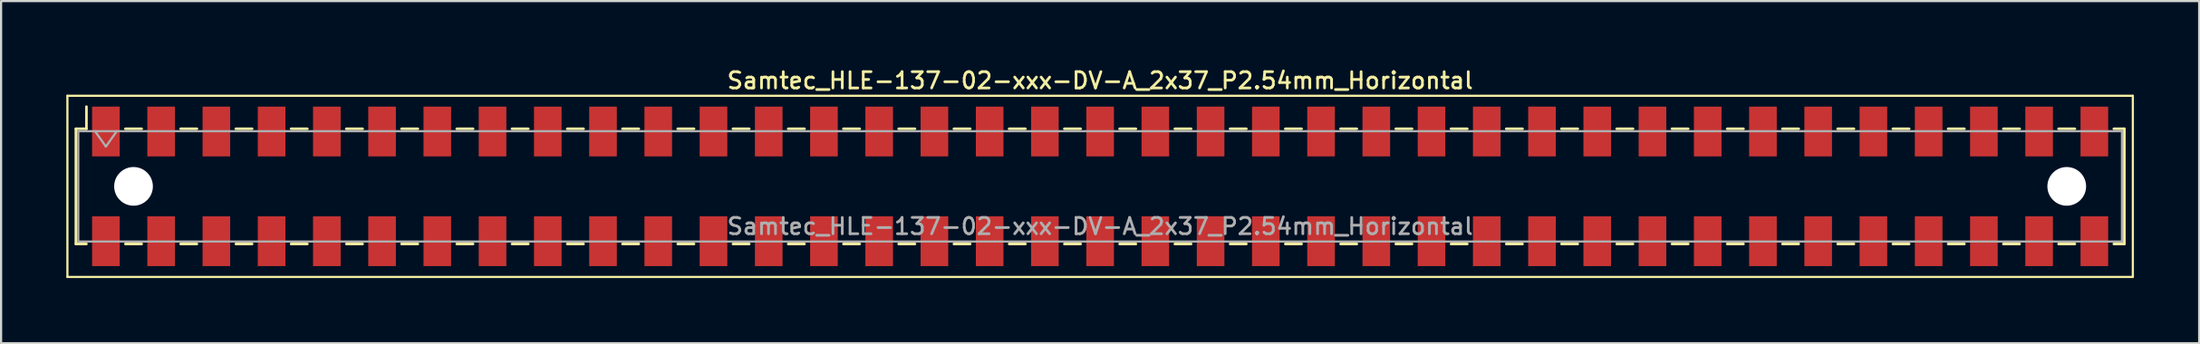
<source format=kicad_pcb>
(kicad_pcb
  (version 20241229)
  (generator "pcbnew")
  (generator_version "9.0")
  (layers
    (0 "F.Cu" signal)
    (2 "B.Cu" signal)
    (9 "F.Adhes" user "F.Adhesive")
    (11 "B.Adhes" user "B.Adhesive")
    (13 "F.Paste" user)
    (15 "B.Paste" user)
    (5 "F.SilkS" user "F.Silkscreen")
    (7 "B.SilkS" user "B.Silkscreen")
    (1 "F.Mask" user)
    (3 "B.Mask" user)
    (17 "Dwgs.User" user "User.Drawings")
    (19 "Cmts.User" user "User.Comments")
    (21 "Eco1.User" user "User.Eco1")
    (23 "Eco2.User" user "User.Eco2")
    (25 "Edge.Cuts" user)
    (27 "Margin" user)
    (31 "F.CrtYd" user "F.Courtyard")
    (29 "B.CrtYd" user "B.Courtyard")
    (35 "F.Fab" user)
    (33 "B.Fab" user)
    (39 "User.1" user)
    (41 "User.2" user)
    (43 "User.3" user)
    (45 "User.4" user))
  (footprint "Samtec_HLE-137-02-xxx-DV-A_2x37_P2.54mm_Horizontal"
    (layer "F.Cu")
    (at 47.54 5.528)
    (property "Reference" "Samtec_HLE-137-02-xxx-DV-A_2x37_P2.54mm_Horizontal" (at 0 -4.87 0) (layer "F.SilkS") (effects (font (size 0.75 0.75) (thickness 0.125))))
    (attr smd)
    (fp_line (start -47.49 -4.17) (end 47.49 -4.17) (stroke (width 0.1) (type solid)) (layer "F.SilkS"))
    (fp_line (start -47.49 4.17) (end -47.49 -4.17) (stroke (width 0.1) (type solid)) (layer "F.SilkS"))
    (fp_line (start -47.1 -2.65) (end -47.1 2.65) (stroke (width 0.12) (type solid)) (layer "F.SilkS"))
    (fp_line (start -47.1 2.65) (end -46.615 2.65) (stroke (width 0.12) (type solid)) (layer "F.SilkS"))
    (fp_line (start -46.615 -3.67) (end -46.615 -2.65) (stroke (width 0.12) (type solid)) (layer "F.SilkS"))
    (fp_line (start -46.615 -2.65) (end -47.1 -2.65) (stroke (width 0.12) (type solid)) (layer "F.SilkS"))
    (fp_line (start -44.825 -2.65) (end -44.075 -2.65) (stroke (width 0.12) (type solid)) (layer "F.SilkS"))
    (fp_line (start -44.825 2.65) (end -44.075 2.65) (stroke (width 0.12) (type solid)) (layer "F.SilkS"))
    (fp_line (start -42.285 -2.65) (end -41.535 -2.65) (stroke (width 0.12) (type solid)) (layer "F.SilkS"))
    (fp_line (start -42.285 2.65) (end -41.535 2.65) (stroke (width 0.12) (type solid)) (layer "F.SilkS"))
    (fp_line (start -39.745 -2.65) (end -38.995 -2.65) (stroke (width 0.12) (type solid)) (layer "F.SilkS"))
    (fp_line (start -39.745 2.65) (end -38.995 2.65) (stroke (width 0.12) (type solid)) (layer "F.SilkS"))
    (fp_line (start -37.205 -2.65) (end -36.455 -2.65) (stroke (width 0.12) (type solid)) (layer "F.SilkS"))
    (fp_line (start -37.205 2.65) (end -36.455 2.65) (stroke (width 0.12) (type solid)) (layer "F.SilkS"))
    (fp_line (start -34.665 -2.65) (end -33.915 -2.65) (stroke (width 0.12) (type solid)) (layer "F.SilkS"))
    (fp_line (start -34.665 2.65) (end -33.915 2.65) (stroke (width 0.12) (type solid)) (layer "F.SilkS"))
    (fp_line (start -32.125 -2.65) (end -31.375 -2.65) (stroke (width 0.12) (type solid)) (layer "F.SilkS"))
    (fp_line (start -32.125 2.65) (end -31.375 2.65) (stroke (width 0.12) (type solid)) (layer "F.SilkS"))
    (fp_line (start -29.585 -2.65) (end -28.835 -2.65) (stroke (width 0.12) (type solid)) (layer "F.SilkS"))
    (fp_line (start -29.585 2.65) (end -28.835 2.65) (stroke (width 0.12) (type solid)) (layer "F.SilkS"))
    (fp_line (start -27.045 -2.65) (end -26.295 -2.65) (stroke (width 0.12) (type solid)) (layer "F.SilkS"))
    (fp_line (start -27.045 2.65) (end -26.295 2.65) (stroke (width 0.12) (type solid)) (layer "F.SilkS"))
    (fp_line (start -24.505 -2.65) (end -23.755 -2.65) (stroke (width 0.12) (type solid)) (layer "F.SilkS"))
    (fp_line (start -24.505 2.65) (end -23.755 2.65) (stroke (width 0.12) (type solid)) (layer "F.SilkS"))
    (fp_line (start -21.965 -2.65) (end -21.215 -2.65) (stroke (width 0.12) (type solid)) (layer "F.SilkS"))
    (fp_line (start -21.965 2.65) (end -21.215 2.65) (stroke (width 0.12) (type solid)) (layer "F.SilkS"))
    (fp_line (start -19.425 -2.65) (end -18.675 -2.65) (stroke (width 0.12) (type solid)) (layer "F.SilkS"))
    (fp_line (start -19.425 2.65) (end -18.675 2.65) (stroke (width 0.12) (type solid)) (layer "F.SilkS"))
    (fp_line (start -16.885 -2.65) (end -16.135 -2.65) (stroke (width 0.12) (type solid)) (layer "F.SilkS"))
    (fp_line (start -16.885 2.65) (end -16.135 2.65) (stroke (width 0.12) (type solid)) (layer "F.SilkS"))
    (fp_line (start -14.345 -2.65) (end -13.595 -2.65) (stroke (width 0.12) (type solid)) (layer "F.SilkS"))
    (fp_line (start -14.345 2.65) (end -13.595 2.65) (stroke (width 0.12) (type solid)) (layer "F.SilkS"))
    (fp_line (start -11.805 -2.65) (end -11.055 -2.65) (stroke (width 0.12) (type solid)) (layer "F.SilkS"))
    (fp_line (start -11.805 2.65) (end -11.055 2.65) (stroke (width 0.12) (type solid)) (layer "F.SilkS"))
    (fp_line (start -9.265 -2.65) (end -8.515 -2.65) (stroke (width 0.12) (type solid)) (layer "F.SilkS"))
    (fp_line (start -9.265 2.65) (end -8.515 2.65) (stroke (width 0.12) (type solid)) (layer "F.SilkS"))
    (fp_line (start -6.725 -2.65) (end -5.975 -2.65) (stroke (width 0.12) (type solid)) (layer "F.SilkS"))
    (fp_line (start -6.725 2.65) (end -5.975 2.65) (stroke (width 0.12) (type solid)) (layer "F.SilkS"))
    (fp_line (start -4.185 -2.65) (end -3.435 -2.65) (stroke (width 0.12) (type solid)) (layer "F.SilkS"))
    (fp_line (start -4.185 2.65) (end -3.435 2.65) (stroke (width 0.12) (type solid)) (layer "F.SilkS"))
    (fp_line (start -1.645 -2.65) (end -0.895 -2.65) (stroke (width 0.12) (type solid)) (layer "F.SilkS"))
    (fp_line (start -1.645 2.65) (end -0.895 2.65) (stroke (width 0.12) (type solid)) (layer "F.SilkS"))
    (fp_line (start 0.895 -2.65) (end 1.645 -2.65) (stroke (width 0.12) (type solid)) (layer "F.SilkS"))
    (fp_line (start 0.895 2.65) (end 1.645 2.65) (stroke (width 0.12) (type solid)) (layer "F.SilkS"))
    (fp_line (start 3.435 -2.65) (end 4.185 -2.65) (stroke (width 0.12) (type solid)) (layer "F.SilkS"))
    (fp_line (start 3.435 2.65) (end 4.185 2.65) (stroke (width 0.12) (type solid)) (layer "F.SilkS"))
    (fp_line (start 5.975 -2.65) (end 6.725 -2.65) (stroke (width 0.12) (type solid)) (layer "F.SilkS"))
    (fp_line (start 5.975 2.65) (end 6.725 2.65) (stroke (width 0.12) (type solid)) (layer "F.SilkS"))
    (fp_line (start 8.515 -2.65) (end 9.265 -2.65) (stroke (width 0.12) (type solid)) (layer "F.SilkS"))
    (fp_line (start 8.515 2.65) (end 9.265 2.65) (stroke (width 0.12) (type solid)) (layer "F.SilkS"))
    (fp_line (start 11.055 -2.65) (end 11.805 -2.65) (stroke (width 0.12) (type solid)) (layer "F.SilkS"))
    (fp_line (start 11.055 2.65) (end 11.805 2.65) (stroke (width 0.12) (type solid)) (layer "F.SilkS"))
    (fp_line (start 13.595 -2.65) (end 14.345 -2.65) (stroke (width 0.12) (type solid)) (layer "F.SilkS"))
    (fp_line (start 13.595 2.65) (end 14.345 2.65) (stroke (width 0.12) (type solid)) (layer "F.SilkS"))
    (fp_line (start 16.135 -2.65) (end 16.885 -2.65) (stroke (width 0.12) (type solid)) (layer "F.SilkS"))
    (fp_line (start 16.135 2.65) (end 16.885 2.65) (stroke (width 0.12) (type solid)) (layer "F.SilkS"))
    (fp_line (start 18.675 -2.65) (end 19.425 -2.65) (stroke (width 0.12) (type solid)) (layer "F.SilkS"))
    (fp_line (start 18.675 2.65) (end 19.425 2.65) (stroke (width 0.12) (type solid)) (layer "F.SilkS"))
    (fp_line (start 21.215 -2.65) (end 21.965 -2.65) (stroke (width 0.12) (type solid)) (layer "F.SilkS"))
    (fp_line (start 21.215 2.65) (end 21.965 2.65) (stroke (width 0.12) (type solid)) (layer "F.SilkS"))
    (fp_line (start 23.755 -2.65) (end 24.505 -2.65) (stroke (width 0.12) (type solid)) (layer "F.SilkS"))
    (fp_line (start 23.755 2.65) (end 24.505 2.65) (stroke (width 0.12) (type solid)) (layer "F.SilkS"))
    (fp_line (start 26.295 -2.65) (end 27.045 -2.65) (stroke (width 0.12) (type solid)) (layer "F.SilkS"))
    (fp_line (start 26.295 2.65) (end 27.045 2.65) (stroke (width 0.12) (type solid)) (layer "F.SilkS"))
    (fp_line (start 28.835 -2.65) (end 29.585 -2.65) (stroke (width 0.12) (type solid)) (layer "F.SilkS"))
    (fp_line (start 28.835 2.65) (end 29.585 2.65) (stroke (width 0.12) (type solid)) (layer "F.SilkS"))
    (fp_line (start 31.375 -2.65) (end 32.125 -2.65) (stroke (width 0.12) (type solid)) (layer "F.SilkS"))
    (fp_line (start 31.375 2.65) (end 32.125 2.65) (stroke (width 0.12) (type solid)) (layer "F.SilkS"))
    (fp_line (start 33.915 -2.65) (end 34.665 -2.65) (stroke (width 0.12) (type solid)) (layer "F.SilkS"))
    (fp_line (start 33.915 2.65) (end 34.665 2.65) (stroke (width 0.12) (type solid)) (layer "F.SilkS"))
    (fp_line (start 36.455 -2.65) (end 37.205 -2.65) (stroke (width 0.12) (type solid)) (layer "F.SilkS"))
    (fp_line (start 36.455 2.65) (end 37.205 2.65) (stroke (width 0.12) (type solid)) (layer "F.SilkS"))
    (fp_line (start 38.995 -2.65) (end 39.745 -2.65) (stroke (width 0.12) (type solid)) (layer "F.SilkS"))
    (fp_line (start 38.995 2.65) (end 39.745 2.65) (stroke (width 0.12) (type solid)) (layer "F.SilkS"))
    (fp_line (start 41.535 -2.65) (end 42.285 -2.65) (stroke (width 0.12) (type solid)) (layer "F.SilkS"))
    (fp_line (start 41.535 2.65) (end 42.285 2.65) (stroke (width 0.12) (type solid)) (layer "F.SilkS"))
    (fp_line (start 44.075 -2.65) (end 44.825 -2.65) (stroke (width 0.12) (type solid)) (layer "F.SilkS"))
    (fp_line (start 44.075 2.65) (end 44.825 2.65) (stroke (width 0.12) (type solid)) (layer "F.SilkS"))
    (fp_line (start 46.615 -2.65) (end 47.1 -2.65) (stroke (width 0.12) (type solid)) (layer "F.SilkS"))
    (fp_line (start 47.1 -2.65) (end 47.1 2.65) (stroke (width 0.12) (type solid)) (layer "F.SilkS"))
    (fp_line (start 47.1 2.65) (end 46.615 2.65) (stroke (width 0.12) (type solid)) (layer "F.SilkS"))
    (fp_line (start 47.49 -4.17) (end 47.49 4.17) (stroke (width 0.1) (type solid)) (layer "F.SilkS"))
    (fp_line (start 47.49 4.17) (end -47.49 4.17) (stroke (width 0.1) (type solid)) (layer "F.SilkS"))
    (fp_line (start -46.99 -2.54) (end 46.99 -2.54) (stroke (width 0.1) (type solid)) (layer "F.Fab"))
    (fp_line (start -46.99 2.54) (end -46.99 -2.54) (stroke (width 0.1) (type solid)) (layer "F.Fab"))
    (fp_line (start -46.22 -2.54) (end -45.72 -1.833) (stroke (width 0.1) (type solid)) (layer "F.Fab"))
    (fp_line (start -45.72 -1.833) (end -45.22 -2.54) (stroke (width 0.1) (type solid)) (layer "F.Fab"))
    (fp_line (start 46.99 -2.54) (end 46.99 2.54) (stroke (width 0.1) (type solid)) (layer "F.Fab"))
    (fp_line (start 46.99 2.54) (end -46.99 2.54) (stroke (width 0.1) (type solid)) (layer "F.Fab"))
    (fp_text user "${REFERENCE}" (at 0 1.84 0) (layer "F.Fab") (effects (font (size 0.75 0.75) (thickness 0.125))))
    (pad "" np_thru_hole circle (at -44.45 0) (size 1.78 1.78) (drill 1.78) (layers "*.Cu" "*.Mask"))
    (pad "" np_thru_hole circle (at 44.45 0) (size 1.78 1.78) (drill 1.78) (layers "*.Cu" "*.Mask"))
    (pad "1" smd rect (at -45.72 -2.525) (size 1.27 2.29) (layers "F.Cu" "F.Mask" "F.Paste"))
    (pad "2" smd rect (at -45.72 2.525) (size 1.27 2.29) (layers "F.Cu" "F.Mask" "F.Paste"))
    (pad "3" smd rect (at -43.18 -2.525) (size 1.27 2.29) (layers "F.Cu" "F.Mask" "F.Paste"))
    (pad "4" smd rect (at -43.18 2.525) (size 1.27 2.29) (layers "F.Cu" "F.Mask" "F.Paste"))
    (pad "5" smd rect (at -40.64 -2.525) (size 1.27 2.29) (layers "F.Cu" "F.Mask" "F.Paste"))
    (pad "6" smd rect (at -40.64 2.525) (size 1.27 2.29) (layers "F.Cu" "F.Mask" "F.Paste"))
    (pad "7" smd rect (at -38.1 -2.525) (size 1.27 2.29) (layers "F.Cu" "F.Mask" "F.Paste"))
    (pad "8" smd rect (at -38.1 2.525) (size 1.27 2.29) (layers "F.Cu" "F.Mask" "F.Paste"))
    (pad "9" smd rect (at -35.56 -2.525) (size 1.27 2.29) (layers "F.Cu" "F.Mask" "F.Paste"))
    (pad "10" smd rect (at -35.56 2.525) (size 1.27 2.29) (layers "F.Cu" "F.Mask" "F.Paste"))
    (pad "11" smd rect (at -33.02 -2.525) (size 1.27 2.29) (layers "F.Cu" "F.Mask" "F.Paste"))
    (pad "12" smd rect (at -33.02 2.525) (size 1.27 2.29) (layers "F.Cu" "F.Mask" "F.Paste"))
    (pad "13" smd rect (at -30.48 -2.525) (size 1.27 2.29) (layers "F.Cu" "F.Mask" "F.Paste"))
    (pad "14" smd rect (at -30.48 2.525) (size 1.27 2.29) (layers "F.Cu" "F.Mask" "F.Paste"))
    (pad "15" smd rect (at -27.94 -2.525) (size 1.27 2.29) (layers "F.Cu" "F.Mask" "F.Paste"))
    (pad "16" smd rect (at -27.94 2.525) (size 1.27 2.29) (layers "F.Cu" "F.Mask" "F.Paste"))
    (pad "17" smd rect (at -25.4 -2.525) (size 1.27 2.29) (layers "F.Cu" "F.Mask" "F.Paste"))
    (pad "18" smd rect (at -25.4 2.525) (size 1.27 2.29) (layers "F.Cu" "F.Mask" "F.Paste"))
    (pad "19" smd rect (at -22.86 -2.525) (size 1.27 2.29) (layers "F.Cu" "F.Mask" "F.Paste"))
    (pad "20" smd rect (at -22.86 2.525) (size 1.27 2.29) (layers "F.Cu" "F.Mask" "F.Paste"))
    (pad "21" smd rect (at -20.32 -2.525) (size 1.27 2.29) (layers "F.Cu" "F.Mask" "F.Paste"))
    (pad "22" smd rect (at -20.32 2.525) (size 1.27 2.29) (layers "F.Cu" "F.Mask" "F.Paste"))
    (pad "23" smd rect (at -17.78 -2.525) (size 1.27 2.29) (layers "F.Cu" "F.Mask" "F.Paste"))
    (pad "24" smd rect (at -17.78 2.525) (size 1.27 2.29) (layers "F.Cu" "F.Mask" "F.Paste"))
    (pad "25" smd rect (at -15.24 -2.525) (size 1.27 2.29) (layers "F.Cu" "F.Mask" "F.Paste"))
    (pad "26" smd rect (at -15.24 2.525) (size 1.27 2.29) (layers "F.Cu" "F.Mask" "F.Paste"))
    (pad "27" smd rect (at -12.7 -2.525) (size 1.27 2.29) (layers "F.Cu" "F.Mask" "F.Paste"))
    (pad "28" smd rect (at -12.7 2.525) (size 1.27 2.29) (layers "F.Cu" "F.Mask" "F.Paste"))
    (pad "29" smd rect (at -10.16 -2.525) (size 1.27 2.29) (layers "F.Cu" "F.Mask" "F.Paste"))
    (pad "30" smd rect (at -10.16 2.525) (size 1.27 2.29) (layers "F.Cu" "F.Mask" "F.Paste"))
    (pad "31" smd rect (at -7.62 -2.525) (size 1.27 2.29) (layers "F.Cu" "F.Mask" "F.Paste"))
    (pad "32" smd rect (at -7.62 2.525) (size 1.27 2.29) (layers "F.Cu" "F.Mask" "F.Paste"))
    (pad "33" smd rect (at -5.08 -2.525) (size 1.27 2.29) (layers "F.Cu" "F.Mask" "F.Paste"))
    (pad "34" smd rect (at -5.08 2.525) (size 1.27 2.29) (layers "F.Cu" "F.Mask" "F.Paste"))
    (pad "35" smd rect (at -2.54 -2.525) (size 1.27 2.29) (layers "F.Cu" "F.Mask" "F.Paste"))
    (pad "36" smd rect (at -2.54 2.525) (size 1.27 2.29) (layers "F.Cu" "F.Mask" "F.Paste"))
    (pad "37" smd rect (at 0 -2.525) (size 1.27 2.29) (layers "F.Cu" "F.Mask" "F.Paste"))
    (pad "38" smd rect (at 0 2.525) (size 1.27 2.29) (layers "F.Cu" "F.Mask" "F.Paste"))
    (pad "39" smd rect (at 2.54 -2.525) (size 1.27 2.29) (layers "F.Cu" "F.Mask" "F.Paste"))
    (pad "40" smd rect (at 2.54 2.525) (size 1.27 2.29) (layers "F.Cu" "F.Mask" "F.Paste"))
    (pad "41" smd rect (at 5.08 -2.525) (size 1.27 2.29) (layers "F.Cu" "F.Mask" "F.Paste"))
    (pad "42" smd rect (at 5.08 2.525) (size 1.27 2.29) (layers "F.Cu" "F.Mask" "F.Paste"))
    (pad "43" smd rect (at 7.62 -2.525) (size 1.27 2.29) (layers "F.Cu" "F.Mask" "F.Paste"))
    (pad "44" smd rect (at 7.62 2.525) (size 1.27 2.29) (layers "F.Cu" "F.Mask" "F.Paste"))
    (pad "45" smd rect (at 10.16 -2.525) (size 1.27 2.29) (layers "F.Cu" "F.Mask" "F.Paste"))
    (pad "46" smd rect (at 10.16 2.525) (size 1.27 2.29) (layers "F.Cu" "F.Mask" "F.Paste"))
    (pad "47" smd rect (at 12.7 -2.525) (size 1.27 2.29) (layers "F.Cu" "F.Mask" "F.Paste"))
    (pad "48" smd rect (at 12.7 2.525) (size 1.27 2.29) (layers "F.Cu" "F.Mask" "F.Paste"))
    (pad "49" smd rect (at 15.24 -2.525) (size 1.27 2.29) (layers "F.Cu" "F.Mask" "F.Paste"))
    (pad "50" smd rect (at 15.24 2.525) (size 1.27 2.29) (layers "F.Cu" "F.Mask" "F.Paste"))
    (pad "51" smd rect (at 17.78 -2.525) (size 1.27 2.29) (layers "F.Cu" "F.Mask" "F.Paste"))
    (pad "52" smd rect (at 17.78 2.525) (size 1.27 2.29) (layers "F.Cu" "F.Mask" "F.Paste"))
    (pad "53" smd rect (at 20.32 -2.525) (size 1.27 2.29) (layers "F.Cu" "F.Mask" "F.Paste"))
    (pad "54" smd rect (at 20.32 2.525) (size 1.27 2.29) (layers "F.Cu" "F.Mask" "F.Paste"))
    (pad "55" smd rect (at 22.86 -2.525) (size 1.27 2.29) (layers "F.Cu" "F.Mask" "F.Paste"))
    (pad "56" smd rect (at 22.86 2.525) (size 1.27 2.29) (layers "F.Cu" "F.Mask" "F.Paste"))
    (pad "57" smd rect (at 25.4 -2.525) (size 1.27 2.29) (layers "F.Cu" "F.Mask" "F.Paste"))
    (pad "58" smd rect (at 25.4 2.525) (size 1.27 2.29) (layers "F.Cu" "F.Mask" "F.Paste"))
    (pad "59" smd rect (at 27.94 -2.525) (size 1.27 2.29) (layers "F.Cu" "F.Mask" "F.Paste"))
    (pad "60" smd rect (at 27.94 2.525) (size 1.27 2.29) (layers "F.Cu" "F.Mask" "F.Paste"))
    (pad "61" smd rect (at 30.48 -2.525) (size 1.27 2.29) (layers "F.Cu" "F.Mask" "F.Paste"))
    (pad "62" smd rect (at 30.48 2.525) (size 1.27 2.29) (layers "F.Cu" "F.Mask" "F.Paste"))
    (pad "63" smd rect (at 33.02 -2.525) (size 1.27 2.29) (layers "F.Cu" "F.Mask" "F.Paste"))
    (pad "64" smd rect (at 33.02 2.525) (size 1.27 2.29) (layers "F.Cu" "F.Mask" "F.Paste"))
    (pad "65" smd rect (at 35.56 -2.525) (size 1.27 2.29) (layers "F.Cu" "F.Mask" "F.Paste"))
    (pad "66" smd rect (at 35.56 2.525) (size 1.27 2.29) (layers "F.Cu" "F.Mask" "F.Paste"))
    (pad "67" smd rect (at 38.1 -2.525) (size 1.27 2.29) (layers "F.Cu" "F.Mask" "F.Paste"))
    (pad "68" smd rect (at 38.1 2.525) (size 1.27 2.29) (layers "F.Cu" "F.Mask" "F.Paste"))
    (pad "69" smd rect (at 40.64 -2.525) (size 1.27 2.29) (layers "F.Cu" "F.Mask" "F.Paste"))
    (pad "70" smd rect (at 40.64 2.525) (size 1.27 2.29) (layers "F.Cu" "F.Mask" "F.Paste"))
    (pad "71" smd rect (at 43.18 -2.525) (size 1.27 2.29) (layers "F.Cu" "F.Mask" "F.Paste"))
    (pad "72" smd rect (at 43.18 2.525) (size 1.27 2.29) (layers "F.Cu" "F.Mask" "F.Paste"))
    (pad "73" smd rect (at 45.72 -2.525) (size 1.27 2.29) (layers "F.Cu" "F.Mask" "F.Paste"))
    (pad "74" smd rect (at 45.72 2.525) (size 1.27 2.29) (layers "F.Cu" "F.Mask" "F.Paste")))
  (gr_rect
    (start -3 -3)
    (end 98.08 12.748)
    (stroke (width 0.1) (type default))
    (fill no)
    (layer "Edge.Cuts")))
</source>
